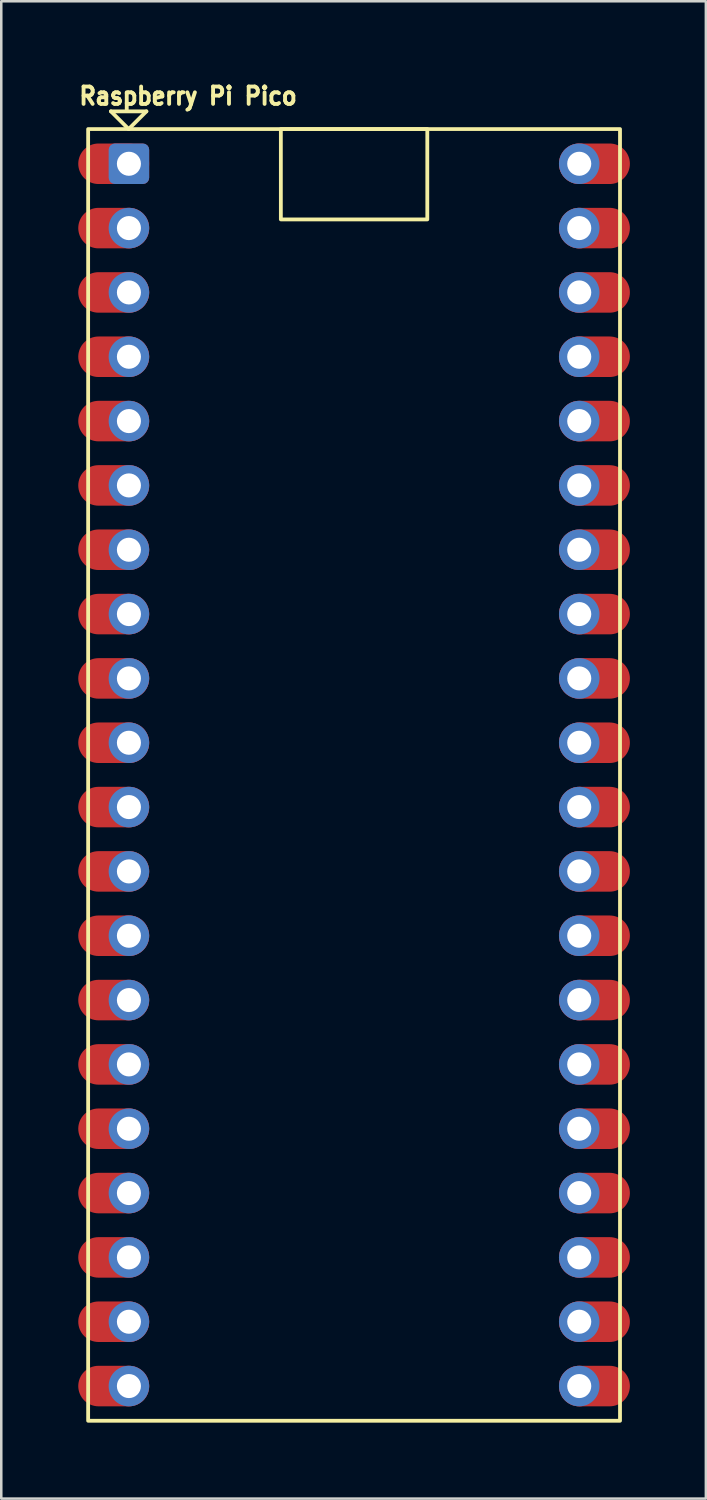
<source format=kicad_pcb>
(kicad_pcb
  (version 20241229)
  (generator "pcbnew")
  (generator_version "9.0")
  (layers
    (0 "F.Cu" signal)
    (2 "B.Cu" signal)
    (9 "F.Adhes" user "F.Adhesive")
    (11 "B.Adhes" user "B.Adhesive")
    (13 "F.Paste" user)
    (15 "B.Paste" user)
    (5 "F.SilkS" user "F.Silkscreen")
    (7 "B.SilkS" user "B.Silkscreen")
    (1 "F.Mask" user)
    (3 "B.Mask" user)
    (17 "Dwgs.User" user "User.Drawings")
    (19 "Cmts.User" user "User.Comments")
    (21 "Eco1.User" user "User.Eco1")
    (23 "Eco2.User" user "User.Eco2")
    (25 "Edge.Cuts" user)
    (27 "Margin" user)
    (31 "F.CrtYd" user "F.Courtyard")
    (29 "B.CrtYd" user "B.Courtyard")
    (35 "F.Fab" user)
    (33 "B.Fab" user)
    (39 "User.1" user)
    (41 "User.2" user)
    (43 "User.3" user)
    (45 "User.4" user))
  (footprint "Raspberry Pi Pico"
    (layer "F.Cu")
    (at 10.93 27.546)
    (property "Reference" "Raspberry Pi Pico" (at -10.93 -26.402 0) (unlocked yes) (layer "F.SilkS") (effects (font (size 0.686 0.628) (thickness 0.152)) (justify left bottom)))
    (fp_line (start -9.6 -26.2) (end -8.2 -26.2) (stroke (width 0.15) (type default)) (layer "F.SilkS"))
    (fp_line (start -8.9 -25.5) (end -9.6 -26.2) (stroke (width 0.15) (type default)) (layer "F.SilkS"))
    (fp_line (start -8.2 -26.2) (end -8.9 -25.5) (stroke (width 0.15) (type default)) (layer "F.SilkS"))
    (fp_rect (start -10.5 -25.5) (end 10.5 25.5) (stroke (width 0.15) (type default)) (fill no) (layer "F.SilkS"))
    (fp_rect (start -2.891 -25.5) (end 2.891 -21.933) (stroke (width 0.15) (type default)) (fill no) (layer "F.SilkS"))
    (pad "1" thru_hole roundrect (at -8.89 -24.13) (size 1.6 1.6) (drill 0.95) (layers "*.Cu" "*.Mask") (roundrect_rratio 0.156))
    (pad "1" smd oval (at -8.89 -24.13) (size 2.8 1.6) (drill (offset -0.6 0)) (layers "F.Cu" "F.Mask" "F.Paste"))
    (pad "2" thru_hole circle (at -8.89 -21.59) (size 1.6 1.6) (drill 0.95) (layers "*.Cu" "*.Mask"))
    (pad "2" smd oval (at -8.89 -21.59) (size 2.8 1.6) (drill (offset -0.6 0)) (layers "F.Cu" "F.Mask" "F.Paste"))
    (pad "3" thru_hole circle (at -8.89 -19.05) (size 1.6 1.6) (drill 0.95) (layers "*.Cu" "*.Mask"))
    (pad "3" smd oval (at -8.89 -19.05) (size 2.8 1.6) (drill (offset -0.6 0)) (layers "F.Cu" "F.Mask" "F.Paste"))
    (pad "4" thru_hole circle (at -8.89 -16.51) (size 1.6 1.6) (drill 0.95) (layers "*.Cu" "*.Mask"))
    (pad "4" smd oval (at -8.89 -16.51) (size 2.8 1.6) (drill (offset -0.6 0)) (layers "F.Cu" "F.Mask" "F.Paste"))
    (pad "5" thru_hole circle (at -8.89 -13.97) (size 1.6 1.6) (drill 0.95) (layers "*.Cu" "*.Mask"))
    (pad "5" smd oval (at -8.89 -13.97) (size 2.8 1.6) (drill (offset -0.6 0)) (layers "F.Cu" "F.Mask" "F.Paste"))
    (pad "6" thru_hole circle (at -8.89 -11.43) (size 1.6 1.6) (drill 0.95) (layers "*.Cu" "*.Mask"))
    (pad "6" smd oval (at -8.89 -11.43) (size 2.8 1.6) (drill (offset -0.6 0)) (layers "F.Cu" "F.Mask" "F.Paste"))
    (pad "7" thru_hole circle (at -8.89 -8.89) (size 1.6 1.6) (drill 0.95) (layers "*.Cu" "*.Mask"))
    (pad "7" smd oval (at -8.89 -8.89) (size 2.8 1.6) (drill (offset -0.6 0)) (layers "F.Cu" "F.Mask" "F.Paste"))
    (pad "8" thru_hole circle (at -8.89 -6.35) (size 1.6 1.6) (drill 0.95) (layers "*.Cu" "*.Mask"))
    (pad "8" smd oval (at -8.89 -6.35) (size 2.8 1.6) (drill (offset -0.6 0)) (layers "F.Cu" "F.Mask" "F.Paste"))
    (pad "9" thru_hole circle (at -8.89 -3.81) (size 1.6 1.6) (drill 0.95) (layers "*.Cu" "*.Mask"))
    (pad "9" smd oval (at -8.89 -3.81) (size 2.8 1.6) (drill (offset -0.6 0)) (layers "F.Cu" "F.Mask" "F.Paste"))
    (pad "10" thru_hole circle (at -8.89 -1.27) (size 1.6 1.6) (drill 0.95) (layers "*.Cu" "*.Mask"))
    (pad "10" smd oval (at -8.89 -1.27) (size 2.8 1.6) (drill (offset -0.6 0)) (layers "F.Cu" "F.Mask" "F.Paste"))
    (pad "11" thru_hole circle (at -8.89 1.27) (size 1.6 1.6) (drill 0.95) (layers "*.Cu" "*.Mask"))
    (pad "11" smd oval (at -8.89 1.27) (size 2.8 1.6) (drill (offset -0.6 0)) (layers "F.Cu" "F.Mask" "F.Paste"))
    (pad "12" thru_hole circle (at -8.89 3.81) (size 1.6 1.6) (drill 0.95) (layers "*.Cu" "*.Mask"))
    (pad "12" smd oval (at -8.89 3.81) (size 2.8 1.6) (drill (offset -0.6 0)) (layers "F.Cu" "F.Mask" "F.Paste"))
    (pad "13" thru_hole circle (at -8.89 6.35) (size 1.6 1.6) (drill 0.95) (layers "*.Cu" "*.Mask"))
    (pad "13" smd oval (at -8.89 6.35) (size 2.8 1.6) (drill (offset -0.6 0)) (layers "F.Cu" "F.Mask" "F.Paste"))
    (pad "14" thru_hole circle (at -8.89 8.89) (size 1.6 1.6) (drill 0.95) (layers "*.Cu" "*.Mask"))
    (pad "14" smd oval (at -8.89 8.89) (size 2.8 1.6) (drill (offset -0.6 0)) (layers "F.Cu" "F.Mask" "F.Paste"))
    (pad "15" thru_hole circle (at -8.89 11.43) (size 1.6 1.6) (drill 0.95) (layers "*.Cu" "*.Mask"))
    (pad "15" smd oval (at -8.89 11.43) (size 2.8 1.6) (drill (offset -0.6 0)) (layers "F.Cu" "F.Mask" "F.Paste"))
    (pad "16" thru_hole circle (at -8.89 13.97) (size 1.6 1.6) (drill 0.95) (layers "*.Cu" "*.Mask"))
    (pad "16" smd oval (at -8.89 13.97) (size 2.8 1.6) (drill (offset -0.6 0)) (layers "F.Cu" "F.Mask" "F.Paste"))
    (pad "17" thru_hole circle (at -8.89 16.51) (size 1.6 1.6) (drill 0.95) (layers "*.Cu" "*.Mask"))
    (pad "17" smd oval (at -8.89 16.51) (size 2.8 1.6) (drill (offset -0.6 0)) (layers "F.Cu" "F.Mask" "F.Paste"))
    (pad "18" thru_hole circle (at -8.89 19.05) (size 1.6 1.6) (drill 0.95) (layers "*.Cu" "*.Mask"))
    (pad "18" smd oval (at -8.89 19.05) (size 2.8 1.6) (drill (offset -0.6 0)) (layers "F.Cu" "F.Mask" "F.Paste"))
    (pad "19" thru_hole circle (at -8.89 21.59) (size 1.6 1.6) (drill 0.95) (layers "*.Cu" "*.Mask"))
    (pad "19" smd oval (at -8.89 21.59) (size 2.8 1.6) (drill (offset -0.6 0)) (layers "F.Cu" "F.Mask" "F.Paste"))
    (pad "20" thru_hole circle (at -8.89 24.13) (size 1.6 1.6) (drill 0.95) (layers "*.Cu" "*.Mask"))
    (pad "20" smd oval (at -8.89 24.13) (size 2.8 1.6) (drill (offset -0.6 0)) (layers "F.Cu" "F.Mask" "F.Paste"))
    (pad "21" smd oval (at 8.89 24.13 180) (size 2.8 1.6) (drill (offset -0.6 0)) (layers "F.Cu" "F.Mask" "F.Paste"))
    (pad "21" thru_hole circle (at 8.89 24.13) (size 1.6 1.6) (drill 0.95) (layers "*.Cu" "*.Mask"))
    (pad "22" thru_hole circle (at 8.89 21.59) (size 1.6 1.6) (drill 0.95) (layers "*.Cu" "*.Mask"))
    (pad "22" smd oval (at 8.89 21.59 180) (size 2.8 1.6) (drill (offset -0.6 0)) (layers "F.Cu" "F.Mask" "F.Paste"))
    (pad "23" smd oval (at 8.89 19.05 180) (size 2.8 1.6) (drill (offset -0.6 0)) (layers "F.Cu" "F.Mask" "F.Paste"))
    (pad "23" thru_hole circle (at 8.89 19.05) (size 1.6 1.6) (drill 0.95) (layers "*.Cu" "*.Mask"))
    (pad "24" smd oval (at 8.89 16.51 180) (size 2.8 1.6) (drill (offset -0.6 0)) (layers "F.Cu" "F.Mask" "F.Paste"))
    (pad "24" thru_hole circle (at 8.89 16.51) (size 1.6 1.6) (drill 0.95) (layers "*.Cu" "*.Mask"))
    (pad "25" smd oval (at 8.89 13.97 180) (size 2.8 1.6) (drill (offset -0.6 0)) (layers "F.Cu" "F.Mask" "F.Paste"))
    (pad "25" thru_hole circle (at 8.89 13.97) (size 1.6 1.6) (drill 0.95) (layers "*.Cu" "*.Mask"))
    (pad "26" thru_hole circle (at 8.89 11.43) (size 1.6 1.6) (drill 0.95) (layers "*.Cu" "*.Mask"))
    (pad "26" smd oval (at 8.89 11.43 180) (size 2.8 1.6) (drill (offset -0.6 0)) (layers "F.Cu" "F.Mask" "F.Paste"))
    (pad "27" smd oval (at 8.89 8.89 180) (size 2.8 1.6) (drill (offset -0.6 0)) (layers "F.Cu" "F.Mask" "F.Paste"))
    (pad "27" thru_hole circle (at 8.89 8.89) (size 1.6 1.6) (drill 0.95) (layers "*.Cu" "*.Mask"))
    (pad "28" smd oval (at 8.89 6.35 180) (size 2.8 1.6) (drill (offset -0.6 0)) (layers "F.Cu" "F.Mask" "F.Paste"))
    (pad "28" thru_hole circle (at 8.89 6.35) (size 1.6 1.6) (drill 0.95) (layers "*.Cu" "*.Mask"))
    (pad "29" smd oval (at 8.89 3.81 180) (size 2.8 1.6) (drill (offset -0.6 0)) (layers "F.Cu" "F.Mask" "F.Paste"))
    (pad "29" thru_hole circle (at 8.89 3.81) (size 1.6 1.6) (drill 0.95) (layers "*.Cu" "*.Mask"))
    (pad "30" smd oval (at 8.89 1.27 180) (size 2.8 1.6) (drill (offset -0.6 0)) (layers "F.Cu" "F.Mask" "F.Paste"))
    (pad "30" thru_hole circle (at 8.89 1.27) (size 1.6 1.6) (drill 0.95) (layers "*.Cu" "*.Mask"))
    (pad "31" thru_hole circle (at 8.89 -1.27) (size 1.6 1.6) (drill 0.95) (layers "*.Cu" "*.Mask"))
    (pad "31" smd oval (at 8.89 -1.27 180) (size 2.8 1.6) (drill (offset -0.6 0)) (layers "F.Cu" "F.Mask" "F.Paste"))
    (pad "32" smd oval (at 8.89 -3.81 180) (size 2.8 1.6) (drill (offset -0.6 0)) (layers "F.Cu" "F.Mask" "F.Paste"))
    (pad "32" thru_hole circle (at 8.89 -3.81) (size 1.6 1.6) (drill 0.95) (layers "*.Cu" "*.Mask"))
    (pad "33" smd oval (at 8.89 -6.35 180) (size 2.8 1.6) (drill (offset -0.6 0)) (layers "F.Cu" "F.Mask" "F.Paste"))
    (pad "33" thru_hole circle (at 8.89 -6.35) (size 1.6 1.6) (drill 0.95) (layers "*.Cu" "*.Mask"))
    (pad "34" smd oval (at 8.89 -8.89 180) (size 2.8 1.6) (drill (offset -0.6 0)) (layers "F.Cu" "F.Mask" "F.Paste"))
    (pad "34" thru_hole circle (at 8.89 -8.89) (size 1.6 1.6) (drill 0.95) (layers "*.Cu" "*.Mask"))
    (pad "35" thru_hole circle (at 8.89 -11.43) (size 1.6 1.6) (drill 0.95) (layers "*.Cu" "*.Mask"))
    (pad "35" smd oval (at 8.89 -11.43 180) (size 2.8 1.6) (drill (offset -0.6 0)) (layers "F.Cu" "F.Mask" "F.Paste"))
    (pad "36" smd oval (at 8.89 -13.97 180) (size 2.8 1.6) (drill (offset -0.6 0)) (layers "F.Cu" "F.Mask" "F.Paste"))
    (pad "36" thru_hole circle (at 8.89 -13.97) (size 1.6 1.6) (drill 0.95) (layers "*.Cu" "*.Mask"))
    (pad "37" smd oval (at 8.89 -16.51 180) (size 2.8 1.6) (drill (offset -0.6 0)) (layers "F.Cu" "F.Mask" "F.Paste"))
    (pad "37" thru_hole circle (at 8.89 -16.51) (size 1.6 1.6) (drill 0.95) (layers "*.Cu" "*.Mask"))
    (pad "38" smd oval (at 8.89 -19.05 180) (size 2.8 1.6) (drill (offset -0.6 0)) (layers "F.Cu" "F.Mask" "F.Paste"))
    (pad "38" thru_hole circle (at 8.89 -19.05) (size 1.6 1.6) (drill 0.95) (layers "*.Cu" "*.Mask"))
    (pad "39" smd oval (at 8.89 -21.59 180) (size 2.8 1.6) (drill (offset -0.6 0)) (layers "F.Cu" "F.Mask" "F.Paste"))
    (pad "39" thru_hole circle (at 8.89 -21.59) (size 1.6 1.6) (drill 0.95) (layers "*.Cu" "*.Mask"))
    (pad "40" thru_hole circle (at 8.89 -24.13) (size 1.6 1.6) (drill 0.95) (layers "*.Cu" "*.Mask"))
    (pad "40" smd oval (at 8.89 -24.13 180) (size 2.8 1.6) (drill (offset -0.6 0)) (layers "F.Cu" "F.Mask" "F.Paste")))
  (gr_rect
    (start -3 -3)
    (end 24.82 56.12)
    (stroke (width 0.1) (type default))
    (fill no)
    (layer "Edge.Cuts")))
</source>
